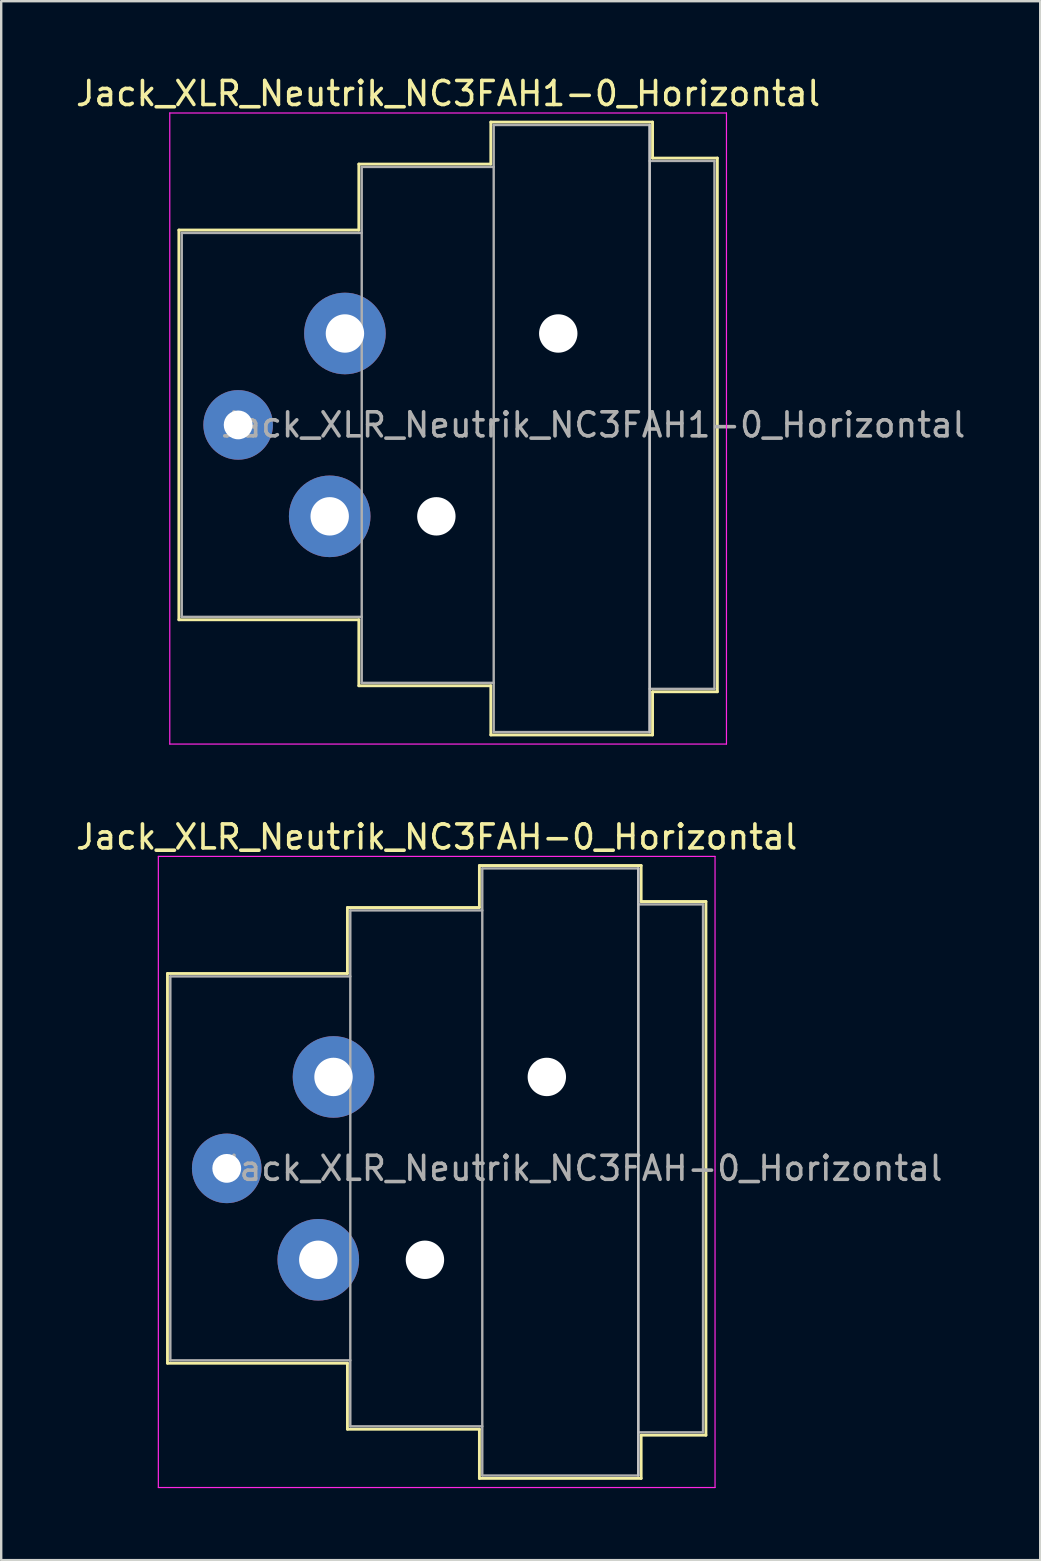
<source format=kicad_pcb>
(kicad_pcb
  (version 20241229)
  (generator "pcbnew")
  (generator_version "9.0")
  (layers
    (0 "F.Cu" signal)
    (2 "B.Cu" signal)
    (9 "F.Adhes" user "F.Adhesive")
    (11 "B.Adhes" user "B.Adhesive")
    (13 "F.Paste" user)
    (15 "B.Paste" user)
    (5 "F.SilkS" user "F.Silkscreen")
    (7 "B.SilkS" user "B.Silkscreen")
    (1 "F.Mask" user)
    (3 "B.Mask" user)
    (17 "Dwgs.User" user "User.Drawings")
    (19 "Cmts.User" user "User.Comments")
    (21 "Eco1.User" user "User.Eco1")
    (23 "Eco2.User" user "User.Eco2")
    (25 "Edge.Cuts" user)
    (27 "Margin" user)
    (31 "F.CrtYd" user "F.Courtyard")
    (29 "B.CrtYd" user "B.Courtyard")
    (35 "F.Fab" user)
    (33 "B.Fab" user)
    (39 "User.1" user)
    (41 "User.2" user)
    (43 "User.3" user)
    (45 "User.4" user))
  (footprint "Jack_XLR_Neutrik_NC3FAH-0_Horizontal"
    (layer "F.Cu")
    (at 10.849 41.831)
    (property "Reference" "Jack_XLR_Neutrik_NC3FAH-0_Horizontal" (at 4.3 -10 0) (layer "F.SilkS") (effects (font (size 1 1) (thickness 0.15))))
    (attr through_hole)
    (fp_line (start -6.92 -4.31) (end -6.92 11.93) (stroke (width 0.12) (type solid)) (layer "F.SilkS"))
    (fp_line (start 0.58 -7.06) (end 0.58 -4.31) (stroke (width 0.12) (type solid)) (layer "F.SilkS"))
    (fp_line (start 0.58 -4.31) (end -6.92 -4.31) (stroke (width 0.12) (type solid)) (layer "F.SilkS"))
    (fp_line (start 0.58 11.93) (end -6.92 11.93) (stroke (width 0.12) (type solid)) (layer "F.SilkS"))
    (fp_line (start 0.58 11.93) (end 0.58 14.68) (stroke (width 0.12) (type solid)) (layer "F.SilkS"))
    (fp_line (start 6.08 -7.06) (end 0.58 -7.06) (stroke (width 0.12) (type solid)) (layer "F.SilkS"))
    (fp_line (start 6.08 -7.06) (end 6.08 -8.81) (stroke (width 0.12) (type solid)) (layer "F.SilkS"))
    (fp_line (start 6.08 14.68) (end 0.58 14.68) (stroke (width 0.12) (type solid)) (layer "F.SilkS"))
    (fp_line (start 6.08 16.73) (end 6.08 14.68) (stroke (width 0.12) (type solid)) (layer "F.SilkS"))
    (fp_line (start 12.82 -8.81) (end 6.08 -8.81) (stroke (width 0.12) (type solid)) (layer "F.SilkS"))
    (fp_line (start 12.82 -8.81) (end 12.82 -7.31) (stroke (width 0.12) (type solid)) (layer "F.SilkS"))
    (fp_line (start 12.82 -7.31) (end 15.52 -7.31) (stroke (width 0.12) (type solid)) (layer "F.SilkS"))
    (fp_line (start 12.82 14.93) (end 12.82 16.73) (stroke (width 0.12) (type solid)) (layer "F.SilkS"))
    (fp_line (start 12.82 14.93) (end 15.52 14.93) (stroke (width 0.12) (type solid)) (layer "F.SilkS"))
    (fp_line (start 12.82 16.73) (end 6.08 16.73) (stroke (width 0.12) (type solid)) (layer "F.SilkS"))
    (fp_line (start 15.52 -7.31) (end 15.52 14.93) (stroke (width 0.12) (type solid)) (layer "F.SilkS"))
    (fp_line (start 12.7 -8.69) (end 12.7 16.61) (stroke (width 0.1) (type solid)) (layer "Dwgs.User"))
    (fp_line (start -7.3 -9.19) (end -7.3 17.11) (stroke (width 0.05) (type solid)) (layer "F.CrtYd"))
    (fp_line (start 15.9 -9.19) (end -7.3 -9.19) (stroke (width 0.05) (type solid)) (layer "F.CrtYd"))
    (fp_line (start 15.9 -9.19) (end 15.9 17.11) (stroke (width 0.05) (type solid)) (layer "F.CrtYd"))
    (fp_line (start 15.9 17.11) (end -7.3 17.11) (stroke (width 0.05) (type solid)) (layer "F.CrtYd"))
    (fp_line (start -6.8 -4.19) (end -6.8 11.81) (stroke (width 0.1) (type solid)) (layer "F.Fab"))
    (fp_line (start -6.8 11.81) (end 0.7 11.81) (stroke (width 0.1) (type solid)) (layer "F.Fab"))
    (fp_line (start 0.7 -6.94) (end 0.7 14.56) (stroke (width 0.1) (type solid)) (layer "F.Fab"))
    (fp_line (start 0.7 -4.19) (end -6.8 -4.19) (stroke (width 0.1) (type solid)) (layer "F.Fab"))
    (fp_line (start 0.7 14.56) (end 6.2 14.56) (stroke (width 0.1) (type solid)) (layer "F.Fab"))
    (fp_line (start 6.2 -8.69) (end 12.7 -8.69) (stroke (width 0.1) (type solid)) (layer "F.Fab"))
    (fp_line (start 6.2 -6.94) (end 0.7 -6.94) (stroke (width 0.1) (type solid)) (layer "F.Fab"))
    (fp_line (start 6.2 16.61) (end 6.2 -8.69) (stroke (width 0.1) (type solid)) (layer "F.Fab"))
    (fp_line (start 12.7 -8.69) (end 12.7 16.61) (stroke (width 0.1) (type solid)) (layer "F.Fab"))
    (fp_line (start 12.7 -7.19) (end 15.4 -7.19) (stroke (width 0.1) (type solid)) (layer "F.Fab"))
    (fp_line (start 12.7 16.61) (end 6.2 16.61) (stroke (width 0.1) (type solid)) (layer "F.Fab"))
    (fp_line (start 15.4 -7.19) (end 15.4 14.81) (stroke (width 0.1) (type solid)) (layer "F.Fab"))
    (fp_line (start 15.4 14.81) (end 12.7 14.81) (stroke (width 0.1) (type solid)) (layer "F.Fab"))
    (fp_text user "${REFERENCE}" (at 10.35 3.81 0) (layer "F.Fab") (effects (font (size 1 1) (thickness 0.15))))
    (pad "" np_thru_hole circle (at 3.81 7.62) (size 1.6 1.6) (drill 1.6) (layers "*.Cu" "*.Mask"))
    (pad "" np_thru_hole circle (at 8.89 0) (size 1.6 1.6) (drill 1.6) (layers "*.Cu" "*.Mask"))
    (pad "1" thru_hole circle (at 0 0) (size 3.4 3.4) (drill 1.6) (layers "*.Cu" "*.Mask"))
    (pad "2" thru_hole circle (at -0.635 7.62) (size 3.4 3.4) (drill 1.6) (layers "*.Cu" "*.Mask"))
    (pad "3" thru_hole circle (at -4.45 3.81) (size 2.9 2.9) (drill 1.2) (layers "*.Cu" "*.Mask")))
  (footprint "Jack_XLR_Neutrik_NC3FAH1-0_Horizontal"
    (layer "F.Cu")
    (at 11.325 10.848)
    (property "Reference" "Jack_XLR_Neutrik_NC3FAH1-0_Horizontal" (at 4.3 -10 0) (layer "F.SilkS") (effects (font (size 1 1) (thickness 0.15))))
    (attr through_hole)
    (fp_line (start -6.92 -4.31) (end -6.92 11.93) (stroke (width 0.12) (type solid)) (layer "F.SilkS"))
    (fp_line (start 0.58 -7.06) (end 0.58 -4.31) (stroke (width 0.12) (type solid)) (layer "F.SilkS"))
    (fp_line (start 0.58 -4.31) (end -6.92 -4.31) (stroke (width 0.12) (type solid)) (layer "F.SilkS"))
    (fp_line (start 0.58 11.93) (end -6.92 11.93) (stroke (width 0.12) (type solid)) (layer "F.SilkS"))
    (fp_line (start 0.58 11.93) (end 0.58 14.68) (stroke (width 0.12) (type solid)) (layer "F.SilkS"))
    (fp_line (start 6.08 -7.06) (end 0.58 -7.06) (stroke (width 0.12) (type solid)) (layer "F.SilkS"))
    (fp_line (start 6.08 -7.06) (end 6.08 -8.81) (stroke (width 0.12) (type solid)) (layer "F.SilkS"))
    (fp_line (start 6.08 14.68) (end 0.58 14.68) (stroke (width 0.12) (type solid)) (layer "F.SilkS"))
    (fp_line (start 6.08 16.73) (end 6.08 14.68) (stroke (width 0.12) (type solid)) (layer "F.SilkS"))
    (fp_line (start 12.82 -8.81) (end 6.08 -8.81) (stroke (width 0.12) (type solid)) (layer "F.SilkS"))
    (fp_line (start 12.82 -8.81) (end 12.82 -7.31) (stroke (width 0.12) (type solid)) (layer "F.SilkS"))
    (fp_line (start 12.82 -7.31) (end 15.52 -7.31) (stroke (width 0.12) (type solid)) (layer "F.SilkS"))
    (fp_line (start 12.82 14.93) (end 12.82 16.73) (stroke (width 0.12) (type solid)) (layer "F.SilkS"))
    (fp_line (start 12.82 14.93) (end 15.52 14.93) (stroke (width 0.12) (type solid)) (layer "F.SilkS"))
    (fp_line (start 12.82 16.73) (end 6.08 16.73) (stroke (width 0.12) (type solid)) (layer "F.SilkS"))
    (fp_line (start 15.52 -7.31) (end 15.52 14.93) (stroke (width 0.12) (type solid)) (layer "F.SilkS"))
    (fp_line (start 12.7 -8.69) (end 12.7 16.61) (stroke (width 0.1) (type solid)) (layer "Dwgs.User"))
    (fp_line (start -7.3 -9.19) (end -7.3 17.11) (stroke (width 0.05) (type solid)) (layer "F.CrtYd"))
    (fp_line (start 15.9 -9.19) (end -7.3 -9.19) (stroke (width 0.05) (type solid)) (layer "F.CrtYd"))
    (fp_line (start 15.9 -9.19) (end 15.9 17.11) (stroke (width 0.05) (type solid)) (layer "F.CrtYd"))
    (fp_line (start 15.9 17.11) (end -7.3 17.11) (stroke (width 0.05) (type solid)) (layer "F.CrtYd"))
    (fp_line (start -6.8 -4.19) (end -6.8 11.81) (stroke (width 0.1) (type solid)) (layer "F.Fab"))
    (fp_line (start -6.8 11.81) (end 0.7 11.81) (stroke (width 0.1) (type solid)) (layer "F.Fab"))
    (fp_line (start 0.7 -6.94) (end 0.7 14.56) (stroke (width 0.1) (type solid)) (layer "F.Fab"))
    (fp_line (start 0.7 -4.19) (end -6.8 -4.19) (stroke (width 0.1) (type solid)) (layer "F.Fab"))
    (fp_line (start 0.7 14.56) (end 6.2 14.56) (stroke (width 0.1) (type solid)) (layer "F.Fab"))
    (fp_line (start 6.2 -8.69) (end 12.7 -8.69) (stroke (width 0.1) (type solid)) (layer "F.Fab"))
    (fp_line (start 6.2 -6.94) (end 0.7 -6.94) (stroke (width 0.1) (type solid)) (layer "F.Fab"))
    (fp_line (start 6.2 16.61) (end 6.2 -8.69) (stroke (width 0.1) (type solid)) (layer "F.Fab"))
    (fp_line (start 12.7 -8.69) (end 12.7 16.61) (stroke (width 0.1) (type solid)) (layer "F.Fab"))
    (fp_line (start 12.7 -7.19) (end 15.4 -7.19) (stroke (width 0.1) (type solid)) (layer "F.Fab"))
    (fp_line (start 12.7 16.61) (end 6.2 16.61) (stroke (width 0.1) (type solid)) (layer "F.Fab"))
    (fp_line (start 15.4 -7.19) (end 15.4 14.81) (stroke (width 0.1) (type solid)) (layer "F.Fab"))
    (fp_line (start 15.4 14.81) (end 12.7 14.81) (stroke (width 0.1) (type solid)) (layer "F.Fab"))
    (fp_text user "${REFERENCE}" (at 10.35 3.81 0) (layer "F.Fab") (effects (font (size 1 1) (thickness 0.15))))
    (pad "" np_thru_hole circle (at 3.81 7.62) (size 1.6 1.6) (drill 1.6) (layers "*.Cu" "*.Mask"))
    (pad "" np_thru_hole circle (at 8.89 0) (size 1.6 1.6) (drill 1.6) (layers "*.Cu" "*.Mask"))
    (pad "1" thru_hole circle (at 0 0) (size 3.4 3.4) (drill 1.6) (layers "*.Cu" "*.Mask"))
    (pad "2" thru_hole circle (at -0.635 7.62) (size 3.4 3.4) (drill 1.6) (layers "*.Cu" "*.Mask"))
    (pad "3" thru_hole circle (at -4.45 3.81) (size 2.9 2.9) (drill 1.2) (layers "*.Cu" "*.Mask")))
  (gr_rect
    (start -3 -3)
    (end 40.3 61.967)
    (stroke (width 0.1) (type default))
    (fill no)
    (layer "Edge.Cuts")))
</source>
